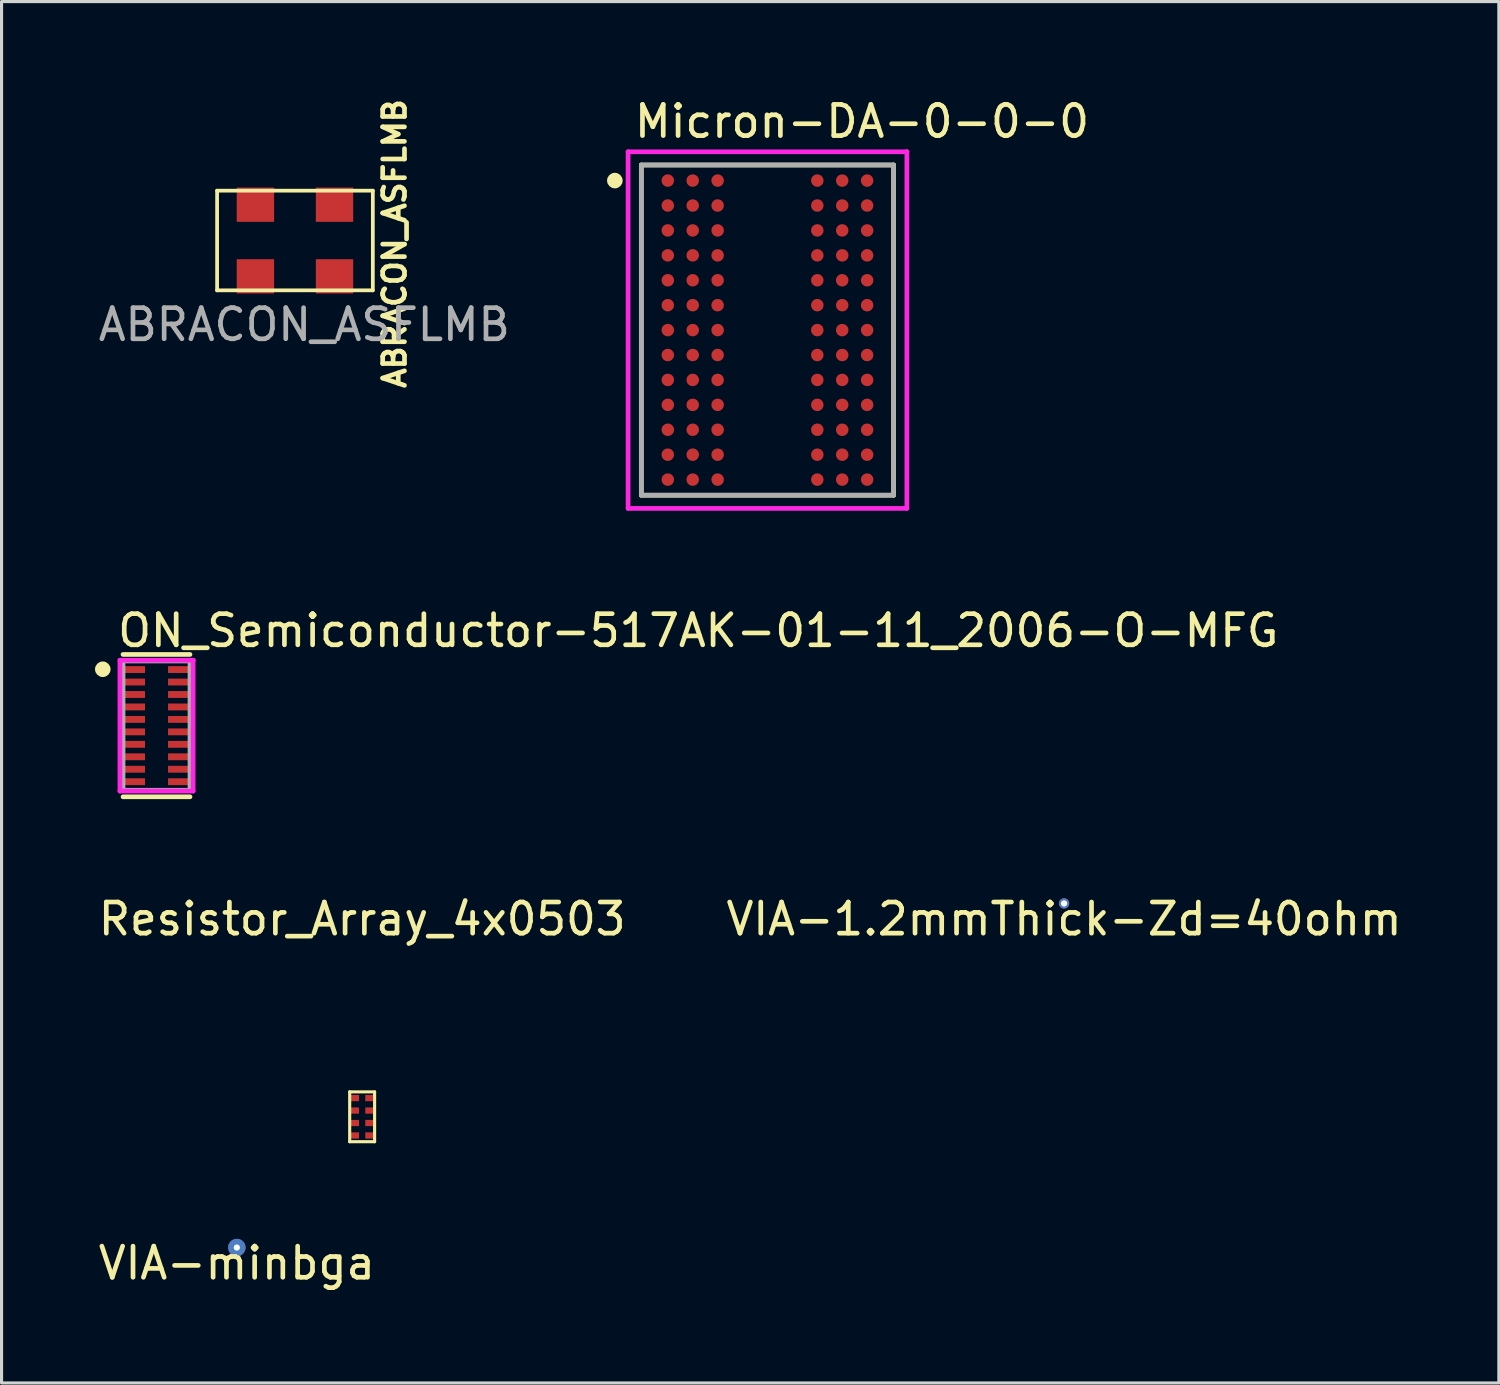
<source format=kicad_pcb>
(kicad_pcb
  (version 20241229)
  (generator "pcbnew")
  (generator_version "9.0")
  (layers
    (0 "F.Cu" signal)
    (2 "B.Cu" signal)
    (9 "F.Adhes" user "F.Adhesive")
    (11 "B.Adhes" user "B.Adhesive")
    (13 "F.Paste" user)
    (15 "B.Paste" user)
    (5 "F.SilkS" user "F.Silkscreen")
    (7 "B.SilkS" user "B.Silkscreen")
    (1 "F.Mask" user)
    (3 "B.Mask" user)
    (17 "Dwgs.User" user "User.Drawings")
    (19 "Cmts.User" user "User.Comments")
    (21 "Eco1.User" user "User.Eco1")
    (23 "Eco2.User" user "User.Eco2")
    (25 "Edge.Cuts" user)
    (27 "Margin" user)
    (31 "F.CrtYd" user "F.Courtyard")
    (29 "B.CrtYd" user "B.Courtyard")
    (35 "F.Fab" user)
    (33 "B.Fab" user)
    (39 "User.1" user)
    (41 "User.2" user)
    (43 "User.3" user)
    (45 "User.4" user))
  (footprint "Micron-DA-0-0-0"
    (layer "F.Cu")
    (at 21.59 7.548)
    (property "Reference" "Micron-DA-0-0-0" (at -4.35 -6.7 0) (layer "F.SilkS") (effects (font (size 1 1) (thickness 0.15)) (justify left)))
    (attr through_hole)
    (fp_line (start -4.05 -5.3) (end 4.05 -5.3) (stroke (width 0.15) (type solid)) (layer "F.SilkS"))
    (fp_line (start -4.05 5.3) (end -4.05 -5.3) (stroke (width 0.15) (type solid)) (layer "F.SilkS"))
    (fp_line (start 4.05 -5.3) (end 4.05 5.3) (stroke (width 0.15) (type solid)) (layer "F.SilkS"))
    (fp_line (start 4.05 5.3) (end -4.05 5.3) (stroke (width 0.15) (type solid)) (layer "F.SilkS"))
    (fp_circle (center -4.9 -4.8) (end -4.775 -4.8) (stroke (width 0.25) (type solid)) (fill no) (layer "F.SilkS"))
    (fp_line (start -4.475 -5.725) (end -4.475 5.725) (stroke (width 0.15) (type solid)) (layer "F.CrtYd"))
    (fp_line (start -4.475 5.725) (end 4.475 5.725) (stroke (width 0.15) (type solid)) (layer "F.CrtYd"))
    (fp_line (start 4.475 -5.725) (end -4.475 -5.725) (stroke (width 0.15) (type solid)) (layer "F.CrtYd"))
    (fp_line (start 4.475 -5.725) (end 4.475 -5.725) (stroke (width 0.15) (type solid)) (layer "F.CrtYd"))
    (fp_line (start 4.475 5.725) (end 4.475 -5.725) (stroke (width 0.15) (type solid)) (layer "F.CrtYd"))
    (fp_line (start -4.05 -5.3) (end 4.05 -5.3) (stroke (width 0.15) (type solid)) (layer "F.Fab"))
    (fp_line (start -4.05 5.3) (end -4.05 -5.3) (stroke (width 0.15) (type solid)) (layer "F.Fab"))
    (fp_line (start 4.05 -5.3) (end 4.05 5.3) (stroke (width 0.15) (type solid)) (layer "F.Fab"))
    (fp_line (start 4.05 5.3) (end -4.05 5.3) (stroke (width 0.15) (type solid)) (layer "F.Fab"))
    (pad "A1" smd circle (at -3.2 -4.8) (size 0.4 0.4) (layers "F.Cu" "F.Mask" "F.Paste"))
    (pad "A2" smd circle (at -2.4 -4.8) (size 0.4 0.4) (layers "F.Cu" "F.Mask" "F.Paste"))
    (pad "A3" smd circle (at -1.6 -4.8) (size 0.4 0.4) (layers "F.Cu" "F.Mask" "F.Paste"))
    (pad "A7" smd circle (at 1.6 -4.8) (size 0.4 0.4) (layers "F.Cu" "F.Mask" "F.Paste"))
    (pad "A8" smd circle (at 2.4 -4.8) (size 0.4 0.4) (layers "F.Cu" "F.Mask" "F.Paste"))
    (pad "A9" smd circle (at 3.2 -4.8) (size 0.4 0.4) (layers "F.Cu" "F.Mask" "F.Paste"))
    (pad "B1" smd circle (at -3.2 -4) (size 0.4 0.4) (layers "F.Cu" "F.Mask" "F.Paste"))
    (pad "B2" smd circle (at -2.4 -4) (size 0.4 0.4) (layers "F.Cu" "F.Mask" "F.Paste"))
    (pad "B3" smd circle (at -1.6 -4) (size 0.4 0.4) (layers "F.Cu" "F.Mask" "F.Paste"))
    (pad "B7" smd circle (at 1.6 -4) (size 0.4 0.4) (layers "F.Cu" "F.Mask" "F.Paste"))
    (pad "B8" smd circle (at 2.4 -4) (size 0.4 0.4) (layers "F.Cu" "F.Mask" "F.Paste"))
    (pad "B9" smd circle (at 3.2 -4) (size 0.4 0.4) (layers "F.Cu" "F.Mask" "F.Paste"))
    (pad "C1" smd circle (at -3.2 -3.2) (size 0.4 0.4) (layers "F.Cu" "F.Mask" "F.Paste"))
    (pad "C2" smd circle (at -2.4 -3.2) (size 0.4 0.4) (layers "F.Cu" "F.Mask" "F.Paste"))
    (pad "C3" smd circle (at -1.6 -3.2) (size 0.4 0.4) (layers "F.Cu" "F.Mask" "F.Paste"))
    (pad "C7" smd circle (at 1.6 -3.2) (size 0.4 0.4) (layers "F.Cu" "F.Mask" "F.Paste"))
    (pad "C8" smd circle (at 2.4 -3.2) (size 0.4 0.4) (layers "F.Cu" "F.Mask" "F.Paste"))
    (pad "C9" smd circle (at 3.2 -3.2) (size 0.4 0.4) (layers "F.Cu" "F.Mask" "F.Paste"))
    (pad "D1" smd circle (at -3.2 -2.4) (size 0.4 0.4) (layers "F.Cu" "F.Mask" "F.Paste"))
    (pad "D2" smd circle (at -2.4 -2.4) (size 0.4 0.4) (layers "F.Cu" "F.Mask" "F.Paste"))
    (pad "D3" smd circle (at -1.6 -2.4) (size 0.4 0.4) (layers "F.Cu" "F.Mask" "F.Paste"))
    (pad "D7" smd circle (at 1.6 -2.4) (size 0.4 0.4) (layers "F.Cu" "F.Mask" "F.Paste"))
    (pad "D8" smd circle (at 2.4 -2.4) (size 0.4 0.4) (layers "F.Cu" "F.Mask" "F.Paste"))
    (pad "D9" smd circle (at 3.2 -2.4) (size 0.4 0.4) (layers "F.Cu" "F.Mask" "F.Paste"))
    (pad "E1" smd circle (at -3.2 -1.6) (size 0.4 0.4) (layers "F.Cu" "F.Mask" "F.Paste"))
    (pad "E2" smd circle (at -2.4 -1.6) (size 0.4 0.4) (layers "F.Cu" "F.Mask" "F.Paste"))
    (pad "E3" smd circle (at -1.6 -1.6) (size 0.4 0.4) (layers "F.Cu" "F.Mask" "F.Paste"))
    (pad "E7" smd circle (at 1.6 -1.6) (size 0.4 0.4) (layers "F.Cu" "F.Mask" "F.Paste"))
    (pad "E8" smd circle (at 2.4 -1.6) (size 0.4 0.4) (layers "F.Cu" "F.Mask" "F.Paste"))
    (pad "E9" smd circle (at 3.2 -1.6) (size 0.4 0.4) (layers "F.Cu" "F.Mask" "F.Paste"))
    (pad "F1" smd circle (at -3.2 -0.8) (size 0.4 0.4) (layers "F.Cu" "F.Mask" "F.Paste"))
    (pad "F2" smd circle (at -2.4 -0.8) (size 0.4 0.4) (layers "F.Cu" "F.Mask" "F.Paste"))
    (pad "F3" smd circle (at -1.6 -0.8) (size 0.4 0.4) (layers "F.Cu" "F.Mask" "F.Paste"))
    (pad "F7" smd circle (at 1.6 -0.8) (size 0.4 0.4) (layers "F.Cu" "F.Mask" "F.Paste"))
    (pad "F8" smd circle (at 2.4 -0.8) (size 0.4 0.4) (layers "F.Cu" "F.Mask" "F.Paste"))
    (pad "F9" smd circle (at 3.2 -0.8) (size 0.4 0.4) (layers "F.Cu" "F.Mask" "F.Paste"))
    (pad "G1" smd circle (at -3.2 0) (size 0.4 0.4) (layers "F.Cu" "F.Mask" "F.Paste"))
    (pad "G2" smd circle (at -2.4 0) (size 0.4 0.4) (layers "F.Cu" "F.Mask" "F.Paste"))
    (pad "G3" smd circle (at -1.6 0) (size 0.4 0.4) (layers "F.Cu" "F.Mask" "F.Paste"))
    (pad "G7" smd circle (at 1.6 0) (size 0.4 0.4) (layers "F.Cu" "F.Mask" "F.Paste"))
    (pad "G8" smd circle (at 2.4 0) (size 0.4 0.4) (layers "F.Cu" "F.Mask" "F.Paste"))
    (pad "G9" smd circle (at 3.2 0) (size 0.4 0.4) (layers "F.Cu" "F.Mask" "F.Paste"))
    (pad "H1" smd circle (at -3.2 0.8) (size 0.4 0.4) (layers "F.Cu" "F.Mask" "F.Paste"))
    (pad "H2" smd circle (at -2.4 0.8) (size 0.4 0.4) (layers "F.Cu" "F.Mask" "F.Paste"))
    (pad "H3" smd circle (at -1.6 0.8) (size 0.4 0.4) (layers "F.Cu" "F.Mask" "F.Paste"))
    (pad "H7" smd circle (at 1.6 0.8) (size 0.4 0.4) (layers "F.Cu" "F.Mask" "F.Paste"))
    (pad "H8" smd circle (at 2.4 0.8) (size 0.4 0.4) (layers "F.Cu" "F.Mask" "F.Paste"))
    (pad "H9" smd circle (at 3.2 0.8) (size 0.4 0.4) (layers "F.Cu" "F.Mask" "F.Paste"))
    (pad "J1" smd circle (at -3.2 1.6) (size 0.4 0.4) (layers "F.Cu" "F.Mask" "F.Paste"))
    (pad "J2" smd circle (at -2.4 1.6) (size 0.4 0.4) (layers "F.Cu" "F.Mask" "F.Paste"))
    (pad "J3" smd circle (at -1.6 1.6) (size 0.4 0.4) (layers "F.Cu" "F.Mask" "F.Paste"))
    (pad "J7" smd circle (at 1.6 1.6) (size 0.4 0.4) (layers "F.Cu" "F.Mask" "F.Paste"))
    (pad "J8" smd circle (at 2.4 1.6) (size 0.4 0.4) (layers "F.Cu" "F.Mask" "F.Paste"))
    (pad "J9" smd circle (at 3.2 1.6) (size 0.4 0.4) (layers "F.Cu" "F.Mask" "F.Paste"))
    (pad "K1" smd circle (at -3.2 2.4) (size 0.4 0.4) (layers "F.Cu" "F.Mask" "F.Paste"))
    (pad "K2" smd circle (at -2.4 2.4) (size 0.4 0.4) (layers "F.Cu" "F.Mask" "F.Paste"))
    (pad "K3" smd circle (at -1.6 2.4) (size 0.4 0.4) (layers "F.Cu" "F.Mask" "F.Paste"))
    (pad "K7" smd circle (at 1.6 2.4) (size 0.4 0.4) (layers "F.Cu" "F.Mask" "F.Paste"))
    (pad "K8" smd circle (at 2.4 2.4) (size 0.4 0.4) (layers "F.Cu" "F.Mask" "F.Paste"))
    (pad "K9" smd circle (at 3.2 2.4) (size 0.4 0.4) (layers "F.Cu" "F.Mask" "F.Paste"))
    (pad "L1" smd circle (at -3.2 3.2) (size 0.4 0.4) (layers "F.Cu" "F.Mask" "F.Paste"))
    (pad "L2" smd circle (at -2.4 3.2) (size 0.4 0.4) (layers "F.Cu" "F.Mask" "F.Paste"))
    (pad "L3" smd circle (at -1.6 3.2) (size 0.4 0.4) (layers "F.Cu" "F.Mask" "F.Paste"))
    (pad "L7" smd circle (at 1.6 3.2) (size 0.4 0.4) (layers "F.Cu" "F.Mask" "F.Paste"))
    (pad "L8" smd circle (at 2.4 3.2) (size 0.4 0.4) (layers "F.Cu" "F.Mask" "F.Paste"))
    (pad "L9" smd circle (at 3.2 3.2) (size 0.4 0.4) (layers "F.Cu" "F.Mask" "F.Paste"))
    (pad "M1" smd circle (at -3.2 4) (size 0.4 0.4) (layers "F.Cu" "F.Mask" "F.Paste"))
    (pad "M2" smd circle (at -2.4 4) (size 0.4 0.4) (layers "F.Cu" "F.Mask" "F.Paste"))
    (pad "M3" smd circle (at -1.6 4) (size 0.4 0.4) (layers "F.Cu" "F.Mask" "F.Paste"))
    (pad "M7" smd circle (at 1.6 4) (size 0.4 0.4) (layers "F.Cu" "F.Mask" "F.Paste"))
    (pad "M8" smd circle (at 2.4 4) (size 0.4 0.4) (layers "F.Cu" "F.Mask" "F.Paste"))
    (pad "M9" smd circle (at 3.2 4) (size 0.4 0.4) (layers "F.Cu" "F.Mask" "F.Paste"))
    (pad "N1" smd circle (at -3.2 4.8) (size 0.4 0.4) (layers "F.Cu" "F.Mask" "F.Paste"))
    (pad "N2" smd circle (at -2.4 4.8) (size 0.4 0.4) (layers "F.Cu" "F.Mask" "F.Paste"))
    (pad "N3" smd circle (at -1.6 4.8) (size 0.4 0.4) (layers "F.Cu" "F.Mask" "F.Paste"))
    (pad "N7" smd circle (at 1.6 4.8) (size 0.4 0.4) (layers "F.Cu" "F.Mask" "F.Paste"))
    (pad "N8" smd circle (at 2.4 4.8) (size 0.4 0.4) (layers "F.Cu" "F.Mask" "F.Paste"))
    (pad "N9" smd circle (at 3.2 4.8) (size 0.4 0.4) (layers "F.Cu" "F.Mask" "F.Paste")))
  (footprint "VIA-minbga"
    (layer "F.Cu")
    (at 4.554 37.003)
    (property "Reference" "VIA-minbga" (at 0 0.5 0) (layer "F.SilkS") (effects (font (size 1 1) (thickness 0.15))))
    (attr through_hole)
    (pad "1" thru_hole circle (at 0 0 180) (size 0.56 0.56) (drill 0.2) (layers "*.Cu") (remove_unused_layers yes) (keep_end_layers yes) (zone_layer_connections))
    (pad "2" smd circle (at 0 0) (size 0.24 0.24) (layers "B.Cu")))
  (footprint "ON_Semiconductor-517AK-01-11_2006-O-MFG"
    (layer "F.Cu")
    (at 1.975 20.247)
    (property "Reference" "ON_Semiconductor-517AK-01-11_2006-O-MFG" (at -1.325 -3.05 0) (layer "F.SilkS") (effects (font (size 1 1) (thickness 0.15)) (justify left)))
    (attr through_hole)
    (fp_line (start -1.075 -2.285) (end 1.075 -2.285) (stroke (width 0.15) (type solid)) (layer "F.SilkS"))
    (fp_line (start -1.075 2.285) (end 1.075 2.285) (stroke (width 0.15) (type solid)) (layer "F.SilkS"))
    (fp_circle (center -1.725 -1.81) (end -1.6 -1.81) (stroke (width 0.25) (type solid)) (fill no) (layer "F.SilkS"))
    (fp_line (start -1.175 -2.1) (end -1.175 2.1) (stroke (width 0.15) (type solid)) (layer "F.CrtYd"))
    (fp_line (start -1.175 2.1) (end 1.175 2.1) (stroke (width 0.15) (type solid)) (layer "F.CrtYd"))
    (fp_line (start 1.175 -2.1) (end -1.175 -2.1) (stroke (width 0.15) (type solid)) (layer "F.CrtYd"))
    (fp_line (start 1.175 -2.1) (end 1.175 -2.1) (stroke (width 0.15) (type solid)) (layer "F.CrtYd"))
    (fp_line (start 1.175 2.1) (end 1.175 -2.1) (stroke (width 0.15) (type solid)) (layer "F.CrtYd"))
    (fp_line (start -1.075 -2.075) (end 1.075 -2.075) (stroke (width 0.15) (type solid)) (layer "F.Fab"))
    (fp_line (start -1.075 2.075) (end -1.075 -2.075) (stroke (width 0.15) (type solid)) (layer "F.Fab"))
    (fp_line (start 1.075 -2.075) (end 1.075 2.075) (stroke (width 0.15) (type solid)) (layer "F.Fab"))
    (fp_line (start 1.075 2.075) (end -1.075 2.075) (stroke (width 0.15) (type solid)) (layer "F.Fab"))
    (pad "1" smd rect (at -0.76 -1.8) (size 0.78 0.22) (layers "F.Cu" "F.Mask" "F.Paste"))
    (pad "2" smd rect (at -0.76 -1.4) (size 0.78 0.22) (layers "F.Cu" "F.Mask" "F.Paste"))
    (pad "3" smd rect (at -0.76 -1) (size 0.78 0.22) (layers "F.Cu" "F.Mask" "F.Paste"))
    (pad "4" smd rect (at -0.76 -0.6) (size 0.78 0.22) (layers "F.Cu" "F.Mask" "F.Paste"))
    (pad "5" smd rect (at -0.76 -0.2) (size 0.78 0.22) (layers "F.Cu" "F.Mask" "F.Paste"))
    (pad "6" smd rect (at -0.76 0.2) (size 0.78 0.22) (layers "F.Cu" "F.Mask" "F.Paste"))
    (pad "7" smd rect (at -0.76 0.6) (size 0.78 0.22) (layers "F.Cu" "F.Mask" "F.Paste"))
    (pad "8" smd rect (at -0.76 1) (size 0.78 0.22) (layers "F.Cu" "F.Mask" "F.Paste"))
    (pad "9" smd rect (at -0.76 1.4) (size 0.78 0.22) (layers "F.Cu" "F.Mask" "F.Paste"))
    (pad "10" smd rect (at -0.76 1.8) (size 0.78 0.22) (layers "F.Cu" "F.Mask" "F.Paste"))
    (pad "11" smd rect (at 0.76 1.8) (size 0.78 0.22) (layers "F.Cu" "F.Mask" "F.Paste"))
    (pad "12" smd rect (at 0.76 1.4) (size 0.78 0.22) (layers "F.Cu" "F.Mask" "F.Paste"))
    (pad "13" smd rect (at 0.76 1) (size 0.78 0.22) (layers "F.Cu" "F.Mask" "F.Paste"))
    (pad "14" smd rect (at 0.76 0.6) (size 0.78 0.22) (layers "F.Cu" "F.Mask" "F.Paste"))
    (pad "15" smd rect (at 0.76 0.2) (size 0.78 0.22) (layers "F.Cu" "F.Mask" "F.Paste"))
    (pad "16" smd rect (at 0.76 -0.2) (size 0.78 0.22) (layers "F.Cu" "F.Mask" "F.Paste"))
    (pad "17" smd rect (at 0.76 -0.6) (size 0.78 0.22) (layers "F.Cu" "F.Mask" "F.Paste"))
    (pad "18" smd rect (at 0.76 -1) (size 0.78 0.22) (layers "F.Cu" "F.Mask" "F.Paste"))
    (pad "19" smd rect (at 0.76 -1.4) (size 0.78 0.22) (layers "F.Cu" "F.Mask" "F.Paste"))
    (pad "20" smd rect (at 0.76 -1.8) (size 0.78 0.22) (layers "F.Cu" "F.Mask" "F.Paste")))
  (footprint "Resistor_Array_4x0503"
    (layer "F.Cu")
    (at 8.577 32.805)
    (property "Reference" "Resistor_Array_4x0503" (at 0 -6.35 180) (layer "F.SilkS") (effects (font (size 1 1) (thickness 0.15))))
    (attr through_hole)
    (fp_line (start -0.4 -0.8) (end 0.4 -0.8) (stroke (width 0.1) (type solid)) (layer "F.SilkS"))
    (fp_line (start -0.4 0.8) (end -0.4 -0.8) (stroke (width 0.1) (type solid)) (layer "F.SilkS"))
    (fp_line (start 0.4 -0.8) (end 0.4 0.8) (stroke (width 0.1) (type solid)) (layer "F.SilkS"))
    (fp_line (start 0.4 0.8) (end -0.4 0.8) (stroke (width 0.1) (type solid)) (layer "F.SilkS"))
    (pad "1" smd rect (at -0.25 -0.6 180) (size 0.3 0.2) (layers "F.Cu" "F.Mask" "F.Paste"))
    (pad "2" smd rect (at -0.25 -0.2) (size 0.3 0.2) (layers "F.Cu" "F.Mask" "F.Paste"))
    (pad "3" smd rect (at -0.25 0.2) (size 0.3 0.2) (layers "F.Cu" "F.Mask" "F.Paste"))
    (pad "4" smd rect (at -0.25 0.6) (size 0.3 0.2) (layers "F.Cu" "F.Mask" "F.Paste"))
    (pad "5" smd rect (at 0.25 0.6) (size 0.3 0.2) (layers "F.Cu" "F.Mask" "F.Paste"))
    (pad "6" smd rect (at 0.25 0.2) (size 0.3 0.2) (layers "F.Cu" "F.Mask" "F.Paste"))
    (pad "7" smd rect (at 0.25 -0.2) (size 0.3 0.2) (layers "F.Cu" "F.Mask" "F.Paste"))
    (pad "8" smd rect (at 0.25 -0.6) (size 0.3 0.2) (layers "F.Cu" "F.Mask" "F.Paste")))
  (footprint "VIA-1.2mmThick-Zd=40ohm"
    (layer "F.Cu")
    (at 31.113 25.955)
    (property "Reference" "VIA-1.2mmThick-Zd=40ohm" (at 0 0.5 0) (layer "F.SilkS") (effects (font (size 1 1) (thickness 0.15))))
    (attr through_hole)
    (pad "1" thru_hole circle (at 0 0) (size 0.33 0.33) (drill 0.2) (layers "*.Cu" "*.Mask")))
  (footprint "ABRACON_ASFLMB"
    (layer "F.Cu")
    (at 6.42 4.672)
    (property "Reference" "ABRACON_ASFLMB" (at 3.2 0.1 90) (unlocked yes) (layer "F.SilkS") (effects (font (size 0.7 0.7) (thickness 0.15))))
    (attr through_hole)
    (fp_line (start -2.5 -1.6) (end 2.5 -1.6) (stroke (width 0.12) (type solid)) (layer "F.SilkS"))
    (fp_line (start -2.5 1.6) (end -2.5 -1.6) (stroke (width 0.12) (type solid)) (layer "F.SilkS"))
    (fp_line (start 2.5 1.6) (end -2.5 1.6) (stroke (width 0.12) (type solid)) (layer "F.SilkS"))
    (fp_line (start 2.5 1.6) (end 2.5 -1.6) (stroke (width 0.12) (type solid)) (layer "F.SilkS"))
    (fp_text user "${REFERENCE}" (at 0.3 2.7 0) (unlocked yes) (layer "F.Fab") (effects (font (size 1 1) (thickness 0.15))))
    (pad "1" smd rect (at -1.27 1.15) (size 1.2 1.1) (layers "F.Cu" "F.Mask" "F.Paste"))
    (pad "2" smd rect (at 1.27 1.15) (size 1.2 1.1) (layers "F.Cu" "F.Mask" "F.Paste"))
    (pad "3" smd rect (at 1.27 -1.15) (size 1.2 1.1) (layers "F.Cu" "F.Mask" "F.Paste"))
    (pad "4" smd rect (at -1.27 -1.15) (size 1.2 1.1) (layers "F.Cu" "F.Mask" "F.Paste")))
  (gr_rect
    (start -3 -3)
    (end 45.071 41.351)
    (stroke (width 0.1) (type default))
    (fill no)
    (layer "Edge.Cuts")))
</source>
